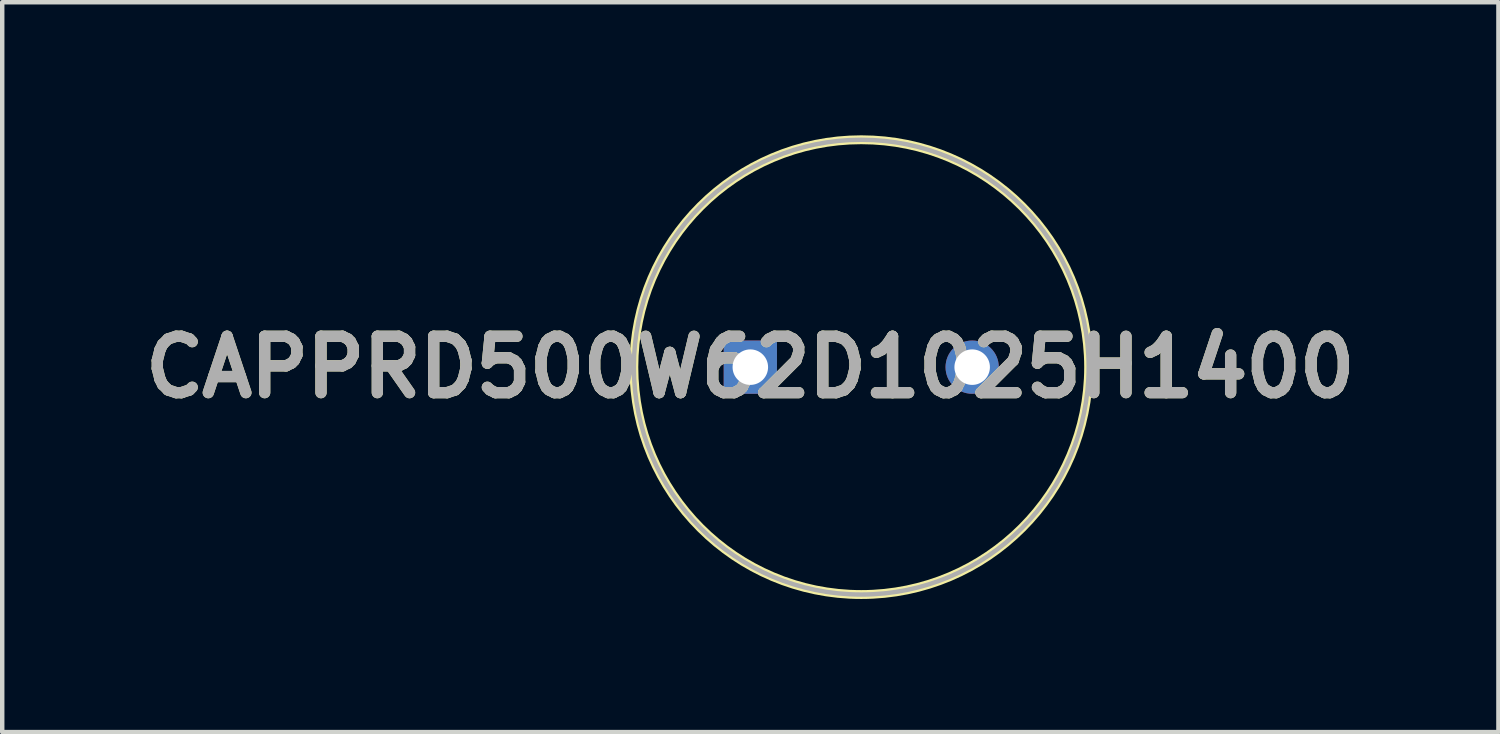
<source format=kicad_pcb>
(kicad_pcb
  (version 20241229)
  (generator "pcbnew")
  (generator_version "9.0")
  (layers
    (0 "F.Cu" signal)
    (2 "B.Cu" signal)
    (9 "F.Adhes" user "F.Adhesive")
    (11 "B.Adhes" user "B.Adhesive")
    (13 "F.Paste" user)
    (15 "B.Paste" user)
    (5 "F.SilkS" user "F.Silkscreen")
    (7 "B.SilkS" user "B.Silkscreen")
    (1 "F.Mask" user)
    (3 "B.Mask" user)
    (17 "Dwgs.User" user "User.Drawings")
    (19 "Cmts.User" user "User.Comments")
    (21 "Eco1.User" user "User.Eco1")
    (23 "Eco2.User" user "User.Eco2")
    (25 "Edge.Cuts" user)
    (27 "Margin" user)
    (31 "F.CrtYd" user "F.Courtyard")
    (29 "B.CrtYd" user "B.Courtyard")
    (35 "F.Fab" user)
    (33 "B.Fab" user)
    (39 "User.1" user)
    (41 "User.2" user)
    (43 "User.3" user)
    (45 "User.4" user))
  (footprint "CAPPRD500W62D1025H1400"
    (layer "F.Cu")
    (at 13.861 5.225)
    (property "Reference" "CAPPRD500W62D1025H1400" (at 0 0 0) (layer "F.SilkS") (effects (font (size 1.27 1.27) (thickness 0.254))))
    (attr through_hole)
    (fp_circle (center 2.5 0) (end 2.5 5.125) (stroke (width 0.2) (type solid)) (fill no) (layer "F.SilkS"))
    (fp_circle (center 2.5 0) (end 2.5 5.125) (stroke (width 0.1) (type solid)) (fill no) (layer "F.Fab"))
    (fp_text user "${REFERENCE}" (at 0 0 0) (layer "F.Fab") (effects (font (size 1.27 1.27) (thickness 0.254))))
    (pad "1" thru_hole rect (at 0 0) (size 1.2 1.2) (drill 0.8) (layers "*.Cu" "*.Mask"))
    (pad "2" thru_hole circle (at 5 0) (size 1.2 1.2) (drill 0.8) (layers "*.Cu" "*.Mask")))
  (gr_rect
    (start -3 -3)
    (end 30.722 13.45)
    (stroke (width 0.1) (type default))
    (fill no)
    (layer "Edge.Cuts")))
</source>
